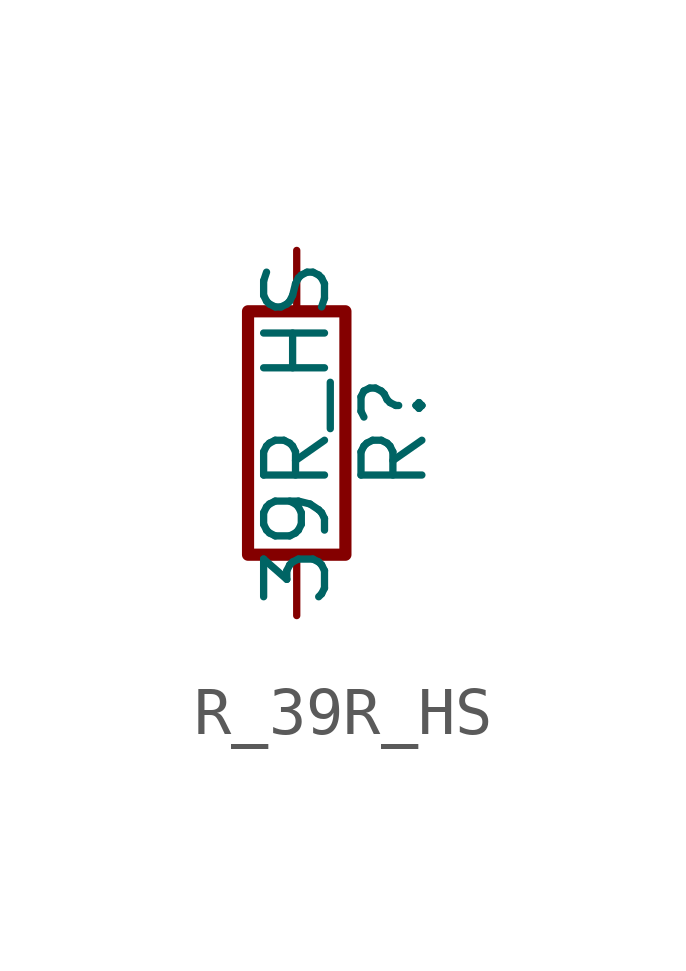
<source format=kicad_sym>
(kicad_symbol_lib
  (version 20241209)
  (generator "kicad_symbol_editor")
  (generator_version "9.0")
  (symbol "R_39R_HS"
    (pin_numbers
      (hide yes))
    (pin_names
      (offset 0))
    (property "Reference" "R"
      (at 2.032 0 90)
      (effects (font (size 1.27 1.27))))
    (property "Value" "39R_HS"
      (at 0 0 90)
      (effects (font (size 1.27 1.27))))
    (symbol "R_39R_HS_0_1"
      (rectangle (start -1.016 -2.54) (end 1.016 2.54) (stroke (width 0.254) (type default)) (fill (type none))))
    (symbol "R_39R_HS_1_1"
      (pin passive line (at 0 3.81 270) (length 1.27) (name "~" (effects (font (size 1.27 1.27)))) (number "1" (effects (font (size 1.27 1.27)))))
      (pin passive line (at 0 -3.81 90) (length 1.27) (name "~" (effects (font (size 1.27 1.27)))) (number "2" (effects (font (size 1.27 1.27))))))))
</source>
